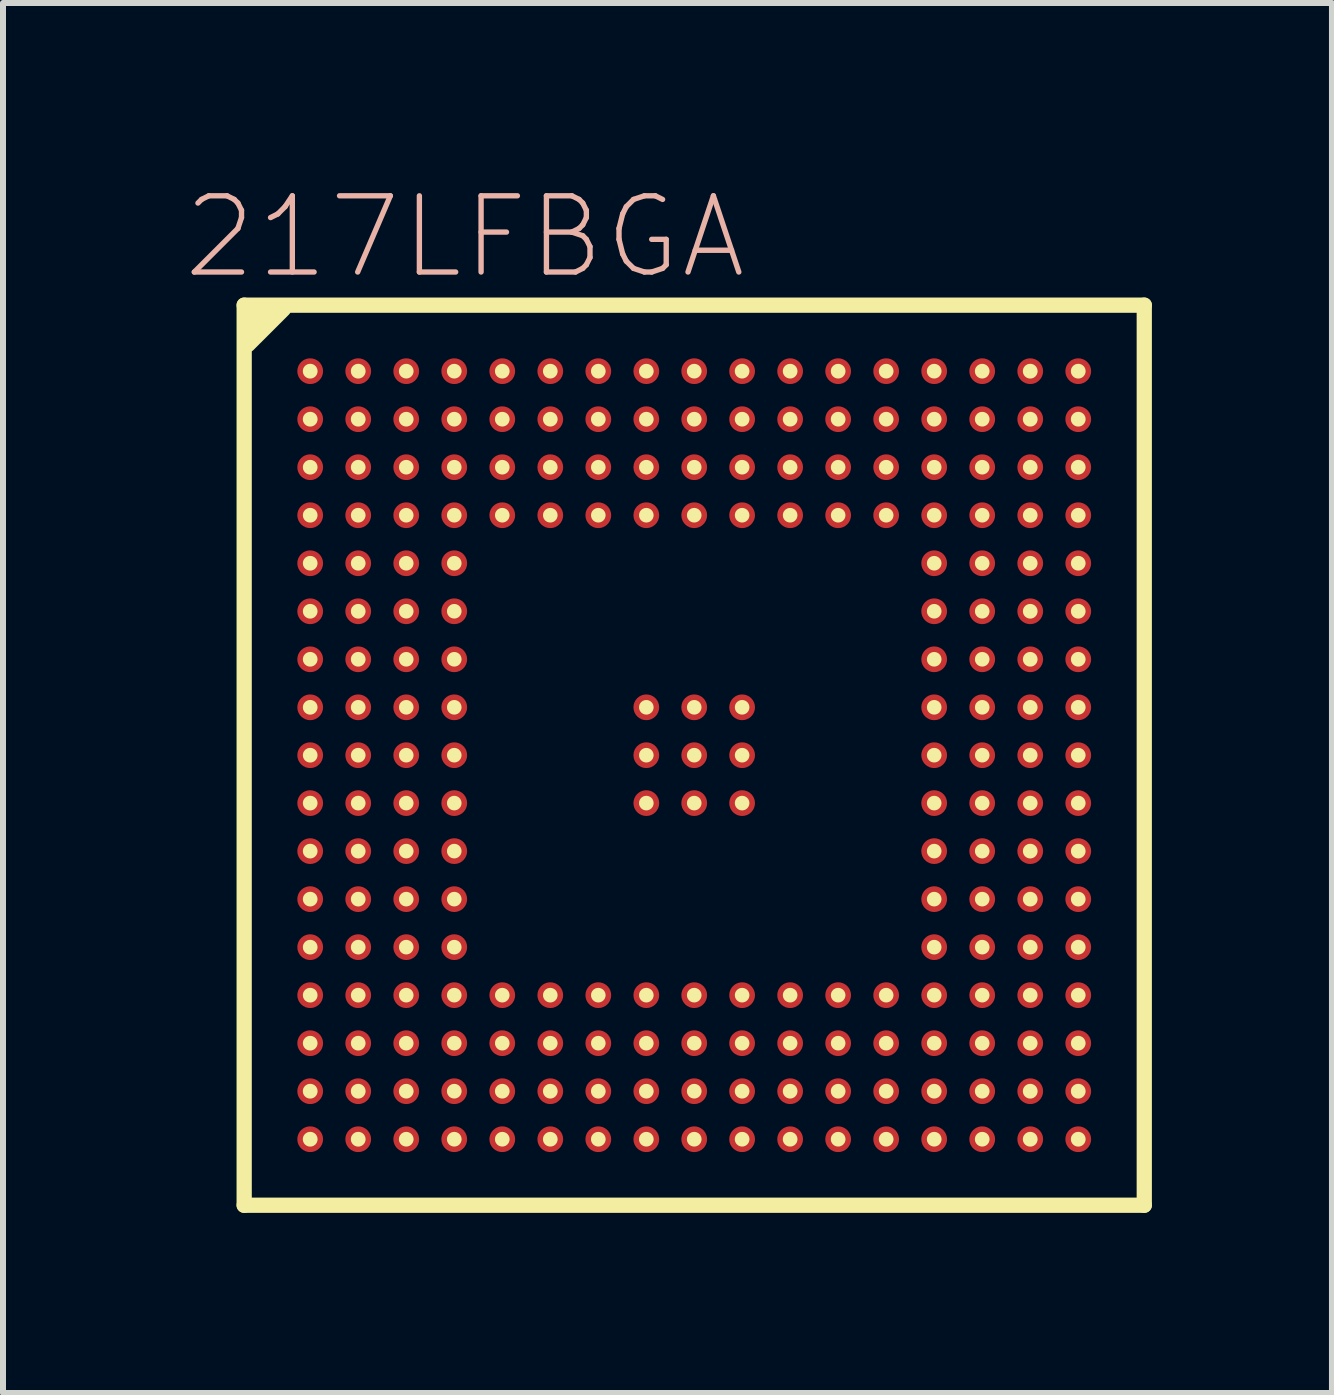
<source format=kicad_pcb>
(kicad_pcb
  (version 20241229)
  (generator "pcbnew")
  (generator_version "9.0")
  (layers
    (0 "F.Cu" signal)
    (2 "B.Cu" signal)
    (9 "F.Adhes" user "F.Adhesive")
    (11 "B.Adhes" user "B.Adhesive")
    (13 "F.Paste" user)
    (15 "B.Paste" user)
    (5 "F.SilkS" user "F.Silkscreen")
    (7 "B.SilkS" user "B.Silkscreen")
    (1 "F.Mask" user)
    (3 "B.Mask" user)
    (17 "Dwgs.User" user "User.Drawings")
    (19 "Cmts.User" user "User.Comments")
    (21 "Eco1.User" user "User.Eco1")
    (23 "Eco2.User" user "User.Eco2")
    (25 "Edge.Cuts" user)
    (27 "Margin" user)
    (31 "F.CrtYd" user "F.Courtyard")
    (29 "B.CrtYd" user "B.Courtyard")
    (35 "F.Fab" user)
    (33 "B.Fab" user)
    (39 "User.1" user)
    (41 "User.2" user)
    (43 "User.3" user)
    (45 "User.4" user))
  (footprint "217LFBGA"
    (layer "F.Cu")
    (at 8.516 9.532)
    (property "Reference" "217LFBGA" (at -3.823 -8.633 0) (layer "B.SilkS") (effects (font (size 1.27 1.27) (thickness 0.089))))
    (attr smd)
    (fp_line (start -7.5 -7.2) (end -7.2 -7.5) (stroke (width 0.15) (type solid)) (layer "F.SilkS"))
    (fp_line (start -7.5 -7) (end -7 -7.5) (stroke (width 0.2) (type solid)) (layer "F.SilkS"))
    (fp_line (start -7.498 -7.498) (end 7.498 -7.498) (stroke (width 0.254) (type solid)) (layer "F.SilkS"))
    (fp_line (start -7.498 7.498) (end -7.498 -7.498) (stroke (width 0.254) (type solid)) (layer "F.SilkS"))
    (fp_line (start -7.4 -6.9) (end -6.9 -7.4) (stroke (width 0.15) (type solid)) (layer "F.SilkS"))
    (fp_line (start -7.4 -6.8) (end -6.8 -7.4) (stroke (width 0.15) (type solid)) (layer "F.SilkS"))
    (fp_line (start 7.498 -7.498) (end 7.498 7.498) (stroke (width 0.254) (type solid)) (layer "F.SilkS"))
    (fp_line (start 7.498 7.498) (end -7.498 7.498) (stroke (width 0.254) (type solid)) (layer "F.SilkS"))
    (fp_circle (center -6.398 -6.398) (end -6.485 -6.485) (stroke (width 0) (type solid)) (fill yes) (layer "F.SilkS"))
    (fp_circle (center -6.398 -5.598) (end -6.485 -5.685) (stroke (width 0) (type solid)) (fill yes) (layer "F.SilkS"))
    (fp_circle (center -6.398 -4.798) (end -6.485 -4.884) (stroke (width 0) (type solid)) (fill yes) (layer "F.SilkS"))
    (fp_circle (center -6.398 -3.998) (end -6.485 -4.084) (stroke (width 0) (type solid)) (fill yes) (layer "F.SilkS"))
    (fp_circle (center -6.398 -3.198) (end -6.485 -3.284) (stroke (width 0) (type solid)) (fill yes) (layer "F.SilkS"))
    (fp_circle (center -6.398 -2.398) (end -6.485 -2.484) (stroke (width 0) (type solid)) (fill yes) (layer "F.SilkS"))
    (fp_circle (center -6.398 -1.598) (end -6.485 -1.684) (stroke (width 0) (type solid)) (fill yes) (layer "F.SilkS"))
    (fp_circle (center -6.398 -0.798) (end -6.485 -0.884) (stroke (width 0) (type solid)) (fill yes) (layer "F.SilkS"))
    (fp_circle (center -6.398 0) (end -6.485 0.086) (stroke (width 0) (type solid)) (fill yes) (layer "F.SilkS"))
    (fp_circle (center -6.398 0.798) (end -6.485 0.884) (stroke (width 0) (type solid)) (fill yes) (layer "F.SilkS"))
    (fp_circle (center -6.398 1.598) (end -6.485 1.684) (stroke (width 0) (type solid)) (fill yes) (layer "F.SilkS"))
    (fp_circle (center -6.398 2.398) (end -6.485 2.484) (stroke (width 0) (type solid)) (fill yes) (layer "F.SilkS"))
    (fp_circle (center -6.398 3.198) (end -6.485 3.284) (stroke (width 0) (type solid)) (fill yes) (layer "F.SilkS"))
    (fp_circle (center -6.398 3.998) (end -6.485 4.084) (stroke (width 0) (type solid)) (fill yes) (layer "F.SilkS"))
    (fp_circle (center -6.398 4.798) (end -6.485 4.884) (stroke (width 0) (type solid)) (fill yes) (layer "F.SilkS"))
    (fp_circle (center -6.398 5.598) (end -6.485 5.685) (stroke (width 0) (type solid)) (fill yes) (layer "F.SilkS"))
    (fp_circle (center -6.398 6.398) (end -6.485 6.485) (stroke (width 0) (type solid)) (fill yes) (layer "F.SilkS"))
    (fp_circle (center -5.598 -6.398) (end -5.685 -6.485) (stroke (width 0) (type solid)) (fill yes) (layer "F.SilkS"))
    (fp_circle (center -5.598 -5.598) (end -5.685 -5.685) (stroke (width 0) (type solid)) (fill yes) (layer "F.SilkS"))
    (fp_circle (center -5.598 -4.798) (end -5.685 -4.884) (stroke (width 0) (type solid)) (fill yes) (layer "F.SilkS"))
    (fp_circle (center -5.598 -3.998) (end -5.685 -4.084) (stroke (width 0) (type solid)) (fill yes) (layer "F.SilkS"))
    (fp_circle (center -5.598 -3.198) (end -5.685 -3.284) (stroke (width 0) (type solid)) (fill yes) (layer "F.SilkS"))
    (fp_circle (center -5.598 -2.398) (end -5.685 -2.484) (stroke (width 0) (type solid)) (fill yes) (layer "F.SilkS"))
    (fp_circle (center -5.598 -1.598) (end -5.685 -1.684) (stroke (width 0) (type solid)) (fill yes) (layer "F.SilkS"))
    (fp_circle (center -5.598 -0.798) (end -5.685 -0.884) (stroke (width 0) (type solid)) (fill yes) (layer "F.SilkS"))
    (fp_circle (center -5.598 0) (end -5.685 0.086) (stroke (width 0) (type solid)) (fill yes) (layer "F.SilkS"))
    (fp_circle (center -5.598 0.798) (end -5.685 0.884) (stroke (width 0) (type solid)) (fill yes) (layer "F.SilkS"))
    (fp_circle (center -5.598 1.598) (end -5.685 1.684) (stroke (width 0) (type solid)) (fill yes) (layer "F.SilkS"))
    (fp_circle (center -5.598 2.398) (end -5.685 2.484) (stroke (width 0) (type solid)) (fill yes) (layer "F.SilkS"))
    (fp_circle (center -5.598 3.198) (end -5.685 3.284) (stroke (width 0) (type solid)) (fill yes) (layer "F.SilkS"))
    (fp_circle (center -5.598 3.998) (end -5.685 4.084) (stroke (width 0) (type solid)) (fill yes) (layer "F.SilkS"))
    (fp_circle (center -5.598 4.798) (end -5.685 4.884) (stroke (width 0) (type solid)) (fill yes) (layer "F.SilkS"))
    (fp_circle (center -5.598 5.598) (end -5.685 5.685) (stroke (width 0) (type solid)) (fill yes) (layer "F.SilkS"))
    (fp_circle (center -5.598 6.398) (end -5.685 6.485) (stroke (width 0) (type solid)) (fill yes) (layer "F.SilkS"))
    (fp_circle (center -4.798 -6.398) (end -4.884 -6.485) (stroke (width 0) (type solid)) (fill yes) (layer "F.SilkS"))
    (fp_circle (center -4.798 -5.598) (end -4.884 -5.685) (stroke (width 0) (type solid)) (fill yes) (layer "F.SilkS"))
    (fp_circle (center -4.798 -4.798) (end -4.884 -4.884) (stroke (width 0) (type solid)) (fill yes) (layer "F.SilkS"))
    (fp_circle (center -4.798 -3.998) (end -4.884 -4.084) (stroke (width 0) (type solid)) (fill yes) (layer "F.SilkS"))
    (fp_circle (center -4.798 -3.198) (end -4.884 -3.284) (stroke (width 0) (type solid)) (fill yes) (layer "F.SilkS"))
    (fp_circle (center -4.798 -2.398) (end -4.884 -2.484) (stroke (width 0) (type solid)) (fill yes) (layer "F.SilkS"))
    (fp_circle (center -4.798 -1.598) (end -4.884 -1.684) (stroke (width 0) (type solid)) (fill yes) (layer "F.SilkS"))
    (fp_circle (center -4.798 -0.798) (end -4.884 -0.884) (stroke (width 0) (type solid)) (fill yes) (layer "F.SilkS"))
    (fp_circle (center -4.798 0) (end -4.884 0.086) (stroke (width 0) (type solid)) (fill yes) (layer "F.SilkS"))
    (fp_circle (center -4.798 0.798) (end -4.884 0.884) (stroke (width 0) (type solid)) (fill yes) (layer "F.SilkS"))
    (fp_circle (center -4.798 1.598) (end -4.884 1.684) (stroke (width 0) (type solid)) (fill yes) (layer "F.SilkS"))
    (fp_circle (center -4.798 2.398) (end -4.884 2.484) (stroke (width 0) (type solid)) (fill yes) (layer "F.SilkS"))
    (fp_circle (center -4.798 3.198) (end -4.884 3.284) (stroke (width 0) (type solid)) (fill yes) (layer "F.SilkS"))
    (fp_circle (center -4.798 3.998) (end -4.884 4.084) (stroke (width 0) (type solid)) (fill yes) (layer "F.SilkS"))
    (fp_circle (center -4.798 4.798) (end -4.884 4.884) (stroke (width 0) (type solid)) (fill yes) (layer "F.SilkS"))
    (fp_circle (center -4.798 5.598) (end -4.884 5.685) (stroke (width 0) (type solid)) (fill yes) (layer "F.SilkS"))
    (fp_circle (center -4.798 6.398) (end -4.884 6.485) (stroke (width 0) (type solid)) (fill yes) (layer "F.SilkS"))
    (fp_circle (center -3.998 -6.398) (end -4.084 -6.485) (stroke (width 0) (type solid)) (fill yes) (layer "F.SilkS"))
    (fp_circle (center -3.998 -5.598) (end -4.084 -5.685) (stroke (width 0) (type solid)) (fill yes) (layer "F.SilkS"))
    (fp_circle (center -3.998 -4.798) (end -4.084 -4.884) (stroke (width 0) (type solid)) (fill yes) (layer "F.SilkS"))
    (fp_circle (center -3.998 -3.998) (end -4.084 -4.084) (stroke (width 0) (type solid)) (fill yes) (layer "F.SilkS"))
    (fp_circle (center -3.998 -3.198) (end -4.084 -3.284) (stroke (width 0) (type solid)) (fill yes) (layer "F.SilkS"))
    (fp_circle (center -3.998 -2.398) (end -4.084 -2.484) (stroke (width 0) (type solid)) (fill yes) (layer "F.SilkS"))
    (fp_circle (center -3.998 -1.598) (end -4.084 -1.684) (stroke (width 0) (type solid)) (fill yes) (layer "F.SilkS"))
    (fp_circle (center -3.998 -0.798) (end -4.084 -0.884) (stroke (width 0) (type solid)) (fill yes) (layer "F.SilkS"))
    (fp_circle (center -3.998 0) (end -4.084 0.086) (stroke (width 0) (type solid)) (fill yes) (layer "F.SilkS"))
    (fp_circle (center -3.998 0.798) (end -4.084 0.884) (stroke (width 0) (type solid)) (fill yes) (layer "F.SilkS"))
    (fp_circle (center -3.998 1.598) (end -4.084 1.684) (stroke (width 0) (type solid)) (fill yes) (layer "F.SilkS"))
    (fp_circle (center -3.998 2.398) (end -4.084 2.484) (stroke (width 0) (type solid)) (fill yes) (layer "F.SilkS"))
    (fp_circle (center -3.998 3.198) (end -4.084 3.284) (stroke (width 0) (type solid)) (fill yes) (layer "F.SilkS"))
    (fp_circle (center -3.998 3.998) (end -4.084 4.084) (stroke (width 0) (type solid)) (fill yes) (layer "F.SilkS"))
    (fp_circle (center -3.998 4.798) (end -4.084 4.884) (stroke (width 0) (type solid)) (fill yes) (layer "F.SilkS"))
    (fp_circle (center -3.998 5.598) (end -4.084 5.685) (stroke (width 0) (type solid)) (fill yes) (layer "F.SilkS"))
    (fp_circle (center -3.998 6.398) (end -4.084 6.485) (stroke (width 0) (type solid)) (fill yes) (layer "F.SilkS"))
    (fp_circle (center -3.198 -6.398) (end -3.284 -6.485) (stroke (width 0) (type solid)) (fill yes) (layer "F.SilkS"))
    (fp_circle (center -3.198 -5.598) (end -3.284 -5.685) (stroke (width 0) (type solid)) (fill yes) (layer "F.SilkS"))
    (fp_circle (center -3.198 -4.798) (end -3.284 -4.884) (stroke (width 0) (type solid)) (fill yes) (layer "F.SilkS"))
    (fp_circle (center -3.198 -3.998) (end -3.284 -4.084) (stroke (width 0) (type solid)) (fill yes) (layer "F.SilkS"))
    (fp_circle (center -3.198 3.998) (end -3.284 4.084) (stroke (width 0) (type solid)) (fill yes) (layer "F.SilkS"))
    (fp_circle (center -3.198 4.798) (end -3.284 4.884) (stroke (width 0) (type solid)) (fill yes) (layer "F.SilkS"))
    (fp_circle (center -3.198 5.598) (end -3.284 5.685) (stroke (width 0) (type solid)) (fill yes) (layer "F.SilkS"))
    (fp_circle (center -3.198 6.398) (end -3.284 6.485) (stroke (width 0) (type solid)) (fill yes) (layer "F.SilkS"))
    (fp_circle (center -2.398 -6.398) (end -2.484 -6.485) (stroke (width 0) (type solid)) (fill yes) (layer "F.SilkS"))
    (fp_circle (center -2.398 -5.598) (end -2.484 -5.685) (stroke (width 0) (type solid)) (fill yes) (layer "F.SilkS"))
    (fp_circle (center -2.398 -4.798) (end -2.484 -4.884) (stroke (width 0) (type solid)) (fill yes) (layer "F.SilkS"))
    (fp_circle (center -2.398 -3.998) (end -2.484 -4.084) (stroke (width 0) (type solid)) (fill yes) (layer "F.SilkS"))
    (fp_circle (center -2.398 3.998) (end -2.484 4.084) (stroke (width 0) (type solid)) (fill yes) (layer "F.SilkS"))
    (fp_circle (center -2.398 4.798) (end -2.484 4.884) (stroke (width 0) (type solid)) (fill yes) (layer "F.SilkS"))
    (fp_circle (center -2.398 5.598) (end -2.484 5.685) (stroke (width 0) (type solid)) (fill yes) (layer "F.SilkS"))
    (fp_circle (center -2.398 6.398) (end -2.484 6.485) (stroke (width 0) (type solid)) (fill yes) (layer "F.SilkS"))
    (fp_circle (center -1.598 -6.398) (end -1.684 -6.485) (stroke (width 0) (type solid)) (fill yes) (layer "F.SilkS"))
    (fp_circle (center -1.598 -5.598) (end -1.684 -5.685) (stroke (width 0) (type solid)) (fill yes) (layer "F.SilkS"))
    (fp_circle (center -1.598 -4.798) (end -1.684 -4.884) (stroke (width 0) (type solid)) (fill yes) (layer "F.SilkS"))
    (fp_circle (center -1.598 -3.998) (end -1.684 -4.084) (stroke (width 0) (type solid)) (fill yes) (layer "F.SilkS"))
    (fp_circle (center -1.598 3.998) (end -1.684 4.084) (stroke (width 0) (type solid)) (fill yes) (layer "F.SilkS"))
    (fp_circle (center -1.598 4.798) (end -1.684 4.884) (stroke (width 0) (type solid)) (fill yes) (layer "F.SilkS"))
    (fp_circle (center -1.598 5.598) (end -1.684 5.685) (stroke (width 0) (type solid)) (fill yes) (layer "F.SilkS"))
    (fp_circle (center -1.598 6.398) (end -1.684 6.485) (stroke (width 0) (type solid)) (fill yes) (layer "F.SilkS"))
    (fp_circle (center -0.798 -6.398) (end -0.884 -6.485) (stroke (width 0) (type solid)) (fill yes) (layer "F.SilkS"))
    (fp_circle (center -0.798 -5.598) (end -0.884 -5.685) (stroke (width 0) (type solid)) (fill yes) (layer "F.SilkS"))
    (fp_circle (center -0.798 -4.798) (end -0.884 -4.884) (stroke (width 0) (type solid)) (fill yes) (layer "F.SilkS"))
    (fp_circle (center -0.798 -3.998) (end -0.884 -4.084) (stroke (width 0) (type solid)) (fill yes) (layer "F.SilkS"))
    (fp_circle (center -0.798 -0.798) (end -0.884 -0.884) (stroke (width 0) (type solid)) (fill yes) (layer "F.SilkS"))
    (fp_circle (center -0.798 0) (end -0.884 0.086) (stroke (width 0) (type solid)) (fill yes) (layer "F.SilkS"))
    (fp_circle (center -0.798 0.798) (end -0.884 0.884) (stroke (width 0) (type solid)) (fill yes) (layer "F.SilkS"))
    (fp_circle (center -0.798 3.998) (end -0.884 4.084) (stroke (width 0) (type solid)) (fill yes) (layer "F.SilkS"))
    (fp_circle (center -0.798 4.798) (end -0.884 4.884) (stroke (width 0) (type solid)) (fill yes) (layer "F.SilkS"))
    (fp_circle (center -0.798 5.598) (end -0.884 5.685) (stroke (width 0) (type solid)) (fill yes) (layer "F.SilkS"))
    (fp_circle (center -0.798 6.398) (end -0.884 6.485) (stroke (width 0) (type solid)) (fill yes) (layer "F.SilkS"))
    (fp_circle (center 0 -6.398) (end -0.086 -6.485) (stroke (width 0) (type solid)) (fill yes) (layer "F.SilkS"))
    (fp_circle (center 0 -5.598) (end -0.086 -5.685) (stroke (width 0) (type solid)) (fill yes) (layer "F.SilkS"))
    (fp_circle (center 0 -4.798) (end -0.086 -4.884) (stroke (width 0) (type solid)) (fill yes) (layer "F.SilkS"))
    (fp_circle (center 0 -3.998) (end -0.086 -4.084) (stroke (width 0) (type solid)) (fill yes) (layer "F.SilkS"))
    (fp_circle (center 0 -0.798) (end -0.086 -0.884) (stroke (width 0) (type solid)) (fill yes) (layer "F.SilkS"))
    (fp_circle (center 0 0) (end -0.086 0.086) (stroke (width 0) (type solid)) (fill yes) (layer "F.SilkS"))
    (fp_circle (center 0 0.798) (end -0.086 0.884) (stroke (width 0) (type solid)) (fill yes) (layer "F.SilkS"))
    (fp_circle (center 0 3.998) (end -0.086 4.084) (stroke (width 0) (type solid)) (fill yes) (layer "F.SilkS"))
    (fp_circle (center 0 4.798) (end -0.086 4.884) (stroke (width 0) (type solid)) (fill yes) (layer "F.SilkS"))
    (fp_circle (center 0 5.598) (end -0.086 5.685) (stroke (width 0) (type solid)) (fill yes) (layer "F.SilkS"))
    (fp_circle (center 0 6.398) (end -0.086 6.485) (stroke (width 0) (type solid)) (fill yes) (layer "F.SilkS"))
    (fp_circle (center 0.798 -6.398) (end 0.884 -6.485) (stroke (width 0) (type solid)) (fill yes) (layer "F.SilkS"))
    (fp_circle (center 0.798 -5.598) (end 0.884 -5.685) (stroke (width 0) (type solid)) (fill yes) (layer "F.SilkS"))
    (fp_circle (center 0.798 -4.798) (end 0.884 -4.884) (stroke (width 0) (type solid)) (fill yes) (layer "F.SilkS"))
    (fp_circle (center 0.798 -3.998) (end 0.884 -4.084) (stroke (width 0) (type solid)) (fill yes) (layer "F.SilkS"))
    (fp_circle (center 0.798 -0.798) (end 0.884 -0.884) (stroke (width 0) (type solid)) (fill yes) (layer "F.SilkS"))
    (fp_circle (center 0.798 0) (end 0.884 0.086) (stroke (width 0) (type solid)) (fill yes) (layer "F.SilkS"))
    (fp_circle (center 0.798 0.798) (end 0.884 0.884) (stroke (width 0) (type solid)) (fill yes) (layer "F.SilkS"))
    (fp_circle (center 0.798 3.998) (end 0.884 4.084) (stroke (width 0) (type solid)) (fill yes) (layer "F.SilkS"))
    (fp_circle (center 0.798 4.798) (end 0.884 4.884) (stroke (width 0) (type solid)) (fill yes) (layer "F.SilkS"))
    (fp_circle (center 0.798 5.598) (end 0.884 5.685) (stroke (width 0) (type solid)) (fill yes) (layer "F.SilkS"))
    (fp_circle (center 0.798 6.398) (end 0.884 6.485) (stroke (width 0) (type solid)) (fill yes) (layer "F.SilkS"))
    (fp_circle (center 1.598 -6.398) (end 1.684 -6.485) (stroke (width 0) (type solid)) (fill yes) (layer "F.SilkS"))
    (fp_circle (center 1.598 -5.598) (end 1.684 -5.685) (stroke (width 0) (type solid)) (fill yes) (layer "F.SilkS"))
    (fp_circle (center 1.598 -4.798) (end 1.684 -4.884) (stroke (width 0) (type solid)) (fill yes) (layer "F.SilkS"))
    (fp_circle (center 1.598 -3.998) (end 1.684 -4.084) (stroke (width 0) (type solid)) (fill yes) (layer "F.SilkS"))
    (fp_circle (center 1.598 3.998) (end 1.684 4.084) (stroke (width 0) (type solid)) (fill yes) (layer "F.SilkS"))
    (fp_circle (center 1.598 4.798) (end 1.684 4.884) (stroke (width 0) (type solid)) (fill yes) (layer "F.SilkS"))
    (fp_circle (center 1.598 5.598) (end 1.684 5.685) (stroke (width 0) (type solid)) (fill yes) (layer "F.SilkS"))
    (fp_circle (center 1.598 6.398) (end 1.684 6.485) (stroke (width 0) (type solid)) (fill yes) (layer "F.SilkS"))
    (fp_circle (center 2.398 -6.398) (end 2.484 -6.485) (stroke (width 0) (type solid)) (fill yes) (layer "F.SilkS"))
    (fp_circle (center 2.398 -5.598) (end 2.484 -5.685) (stroke (width 0) (type solid)) (fill yes) (layer "F.SilkS"))
    (fp_circle (center 2.398 -4.798) (end 2.484 -4.884) (stroke (width 0) (type solid)) (fill yes) (layer "F.SilkS"))
    (fp_circle (center 2.398 -3.998) (end 2.484 -4.084) (stroke (width 0) (type solid)) (fill yes) (layer "F.SilkS"))
    (fp_circle (center 2.398 3.998) (end 2.484 4.084) (stroke (width 0) (type solid)) (fill yes) (layer "F.SilkS"))
    (fp_circle (center 2.398 4.798) (end 2.484 4.884) (stroke (width 0) (type solid)) (fill yes) (layer "F.SilkS"))
    (fp_circle (center 2.398 5.598) (end 2.484 5.685) (stroke (width 0) (type solid)) (fill yes) (layer "F.SilkS"))
    (fp_circle (center 2.398 6.398) (end 2.484 6.485) (stroke (width 0) (type solid)) (fill yes) (layer "F.SilkS"))
    (fp_circle (center 3.198 -6.398) (end 3.284 -6.485) (stroke (width 0) (type solid)) (fill yes) (layer "F.SilkS"))
    (fp_circle (center 3.198 -5.598) (end 3.284 -5.685) (stroke (width 0) (type solid)) (fill yes) (layer "F.SilkS"))
    (fp_circle (center 3.198 -4.798) (end 3.284 -4.884) (stroke (width 0) (type solid)) (fill yes) (layer "F.SilkS"))
    (fp_circle (center 3.198 -3.998) (end 3.284 -4.084) (stroke (width 0) (type solid)) (fill yes) (layer "F.SilkS"))
    (fp_circle (center 3.198 3.998) (end 3.284 4.084) (stroke (width 0) (type solid)) (fill yes) (layer "F.SilkS"))
    (fp_circle (center 3.198 4.798) (end 3.284 4.884) (stroke (width 0) (type solid)) (fill yes) (layer "F.SilkS"))
    (fp_circle (center 3.198 5.598) (end 3.284 5.685) (stroke (width 0) (type solid)) (fill yes) (layer "F.SilkS"))
    (fp_circle (center 3.198 6.398) (end 3.284 6.485) (stroke (width 0) (type solid)) (fill yes) (layer "F.SilkS"))
    (fp_circle (center 3.998 -6.398) (end 4.084 -6.485) (stroke (width 0) (type solid)) (fill yes) (layer "F.SilkS"))
    (fp_circle (center 3.998 -5.598) (end 4.084 -5.685) (stroke (width 0) (type solid)) (fill yes) (layer "F.SilkS"))
    (fp_circle (center 3.998 -4.798) (end 4.084 -4.884) (stroke (width 0) (type solid)) (fill yes) (layer "F.SilkS"))
    (fp_circle (center 3.998 -3.998) (end 4.084 -4.084) (stroke (width 0) (type solid)) (fill yes) (layer "F.SilkS"))
    (fp_circle (center 3.998 -3.198) (end 4.084 -3.284) (stroke (width 0) (type solid)) (fill yes) (layer "F.SilkS"))
    (fp_circle (center 3.998 -2.398) (end 4.084 -2.484) (stroke (width 0) (type solid)) (fill yes) (layer "F.SilkS"))
    (fp_circle (center 3.998 -1.598) (end 4.084 -1.684) (stroke (width 0) (type solid)) (fill yes) (layer "F.SilkS"))
    (fp_circle (center 3.998 -0.798) (end 4.084 -0.884) (stroke (width 0) (type solid)) (fill yes) (layer "F.SilkS"))
    (fp_circle (center 3.998 0) (end 4.084 0.086) (stroke (width 0) (type solid)) (fill yes) (layer "F.SilkS"))
    (fp_circle (center 3.998 0.798) (end 4.084 0.884) (stroke (width 0) (type solid)) (fill yes) (layer "F.SilkS"))
    (fp_circle (center 3.998 1.598) (end 4.084 1.684) (stroke (width 0) (type solid)) (fill yes) (layer "F.SilkS"))
    (fp_circle (center 3.998 2.398) (end 4.084 2.484) (stroke (width 0) (type solid)) (fill yes) (layer "F.SilkS"))
    (fp_circle (center 3.998 3.198) (end 4.084 3.284) (stroke (width 0) (type solid)) (fill yes) (layer "F.SilkS"))
    (fp_circle (center 3.998 3.998) (end 4.084 4.084) (stroke (width 0) (type solid)) (fill yes) (layer "F.SilkS"))
    (fp_circle (center 3.998 4.798) (end 4.084 4.884) (stroke (width 0) (type solid)) (fill yes) (layer "F.SilkS"))
    (fp_circle (center 3.998 5.598) (end 4.084 5.685) (stroke (width 0) (type solid)) (fill yes) (layer "F.SilkS"))
    (fp_circle (center 3.998 6.398) (end 4.084 6.485) (stroke (width 0) (type solid)) (fill yes) (layer "F.SilkS"))
    (fp_circle (center 4.798 -6.398) (end 4.884 -6.485) (stroke (width 0) (type solid)) (fill yes) (layer "F.SilkS"))
    (fp_circle (center 4.798 -5.598) (end 4.884 -5.685) (stroke (width 0) (type solid)) (fill yes) (layer "F.SilkS"))
    (fp_circle (center 4.798 -4.798) (end 4.884 -4.884) (stroke (width 0) (type solid)) (fill yes) (layer "F.SilkS"))
    (fp_circle (center 4.798 -3.998) (end 4.884 -4.084) (stroke (width 0) (type solid)) (fill yes) (layer "F.SilkS"))
    (fp_circle (center 4.798 -3.198) (end 4.884 -3.284) (stroke (width 0) (type solid)) (fill yes) (layer "F.SilkS"))
    (fp_circle (center 4.798 -2.398) (end 4.884 -2.484) (stroke (width 0) (type solid)) (fill yes) (layer "F.SilkS"))
    (fp_circle (center 4.798 -1.598) (end 4.884 -1.684) (stroke (width 0) (type solid)) (fill yes) (layer "F.SilkS"))
    (fp_circle (center 4.798 -0.798) (end 4.884 -0.884) (stroke (width 0) (type solid)) (fill yes) (layer "F.SilkS"))
    (fp_circle (center 4.798 0) (end 4.884 0.086) (stroke (width 0) (type solid)) (fill yes) (layer "F.SilkS"))
    (fp_circle (center 4.798 0.798) (end 4.884 0.884) (stroke (width 0) (type solid)) (fill yes) (layer "F.SilkS"))
    (fp_circle (center 4.798 1.598) (end 4.884 1.684) (stroke (width 0) (type solid)) (fill yes) (layer "F.SilkS"))
    (fp_circle (center 4.798 2.398) (end 4.884 2.484) (stroke (width 0) (type solid)) (fill yes) (layer "F.SilkS"))
    (fp_circle (center 4.798 3.198) (end 4.884 3.284) (stroke (width 0) (type solid)) (fill yes) (layer "F.SilkS"))
    (fp_circle (center 4.798 3.998) (end 4.884 4.084) (stroke (width 0) (type solid)) (fill yes) (layer "F.SilkS"))
    (fp_circle (center 4.798 4.798) (end 4.884 4.884) (stroke (width 0) (type solid)) (fill yes) (layer "F.SilkS"))
    (fp_circle (center 4.798 5.598) (end 4.884 5.685) (stroke (width 0) (type solid)) (fill yes) (layer "F.SilkS"))
    (fp_circle (center 4.798 6.398) (end 4.884 6.485) (stroke (width 0) (type solid)) (fill yes) (layer "F.SilkS"))
    (fp_circle (center 5.598 -6.398) (end 5.685 -6.485) (stroke (width 0) (type solid)) (fill yes) (layer "F.SilkS"))
    (fp_circle (center 5.598 -5.598) (end 5.685 -5.685) (stroke (width 0) (type solid)) (fill yes) (layer "F.SilkS"))
    (fp_circle (center 5.598 -4.798) (end 5.685 -4.884) (stroke (width 0) (type solid)) (fill yes) (layer "F.SilkS"))
    (fp_circle (center 5.598 -3.998) (end 5.685 -4.084) (stroke (width 0) (type solid)) (fill yes) (layer "F.SilkS"))
    (fp_circle (center 5.598 -3.198) (end 5.685 -3.284) (stroke (width 0) (type solid)) (fill yes) (layer "F.SilkS"))
    (fp_circle (center 5.598 -2.398) (end 5.685 -2.484) (stroke (width 0) (type solid)) (fill yes) (layer "F.SilkS"))
    (fp_circle (center 5.598 -1.598) (end 5.685 -1.684) (stroke (width 0) (type solid)) (fill yes) (layer "F.SilkS"))
    (fp_circle (center 5.598 -0.798) (end 5.685 -0.884) (stroke (width 0) (type solid)) (fill yes) (layer "F.SilkS"))
    (fp_circle (center 5.598 0) (end 5.685 0.086) (stroke (width 0) (type solid)) (fill yes) (layer "F.SilkS"))
    (fp_circle (center 5.598 0.798) (end 5.685 0.884) (stroke (width 0) (type solid)) (fill yes) (layer "F.SilkS"))
    (fp_circle (center 5.598 1.598) (end 5.685 1.684) (stroke (width 0) (type solid)) (fill yes) (layer "F.SilkS"))
    (fp_circle (center 5.598 2.398) (end 5.685 2.484) (stroke (width 0) (type solid)) (fill yes) (layer "F.SilkS"))
    (fp_circle (center 5.598 3.198) (end 5.685 3.284) (stroke (width 0) (type solid)) (fill yes) (layer "F.SilkS"))
    (fp_circle (center 5.598 3.998) (end 5.685 4.084) (stroke (width 0) (type solid)) (fill yes) (layer "F.SilkS"))
    (fp_circle (center 5.598 4.798) (end 5.685 4.884) (stroke (width 0) (type solid)) (fill yes) (layer "F.SilkS"))
    (fp_circle (center 5.598 5.598) (end 5.685 5.685) (stroke (width 0) (type solid)) (fill yes) (layer "F.SilkS"))
    (fp_circle (center 5.598 6.398) (end 5.685 6.485) (stroke (width 0) (type solid)) (fill yes) (layer "F.SilkS"))
    (fp_circle (center 6.398 -6.398) (end 6.485 -6.485) (stroke (width 0) (type solid)) (fill yes) (layer "F.SilkS"))
    (fp_circle (center 6.398 -5.598) (end 6.485 -5.685) (stroke (width 0) (type solid)) (fill yes) (layer "F.SilkS"))
    (fp_circle (center 6.398 -4.798) (end 6.485 -4.884) (stroke (width 0) (type solid)) (fill yes) (layer "F.SilkS"))
    (fp_circle (center 6.398 -3.998) (end 6.485 -4.084) (stroke (width 0) (type solid)) (fill yes) (layer "F.SilkS"))
    (fp_circle (center 6.398 -3.198) (end 6.485 -3.284) (stroke (width 0) (type solid)) (fill yes) (layer "F.SilkS"))
    (fp_circle (center 6.398 -2.398) (end 6.485 -2.484) (stroke (width 0) (type solid)) (fill yes) (layer "F.SilkS"))
    (fp_circle (center 6.398 -1.598) (end 6.485 -1.684) (stroke (width 0) (type solid)) (fill yes) (layer "F.SilkS"))
    (fp_circle (center 6.398 -0.798) (end 6.485 -0.884) (stroke (width 0) (type solid)) (fill yes) (layer "F.SilkS"))
    (fp_circle (center 6.398 0) (end 6.485 0.086) (stroke (width 0) (type solid)) (fill yes) (layer "F.SilkS"))
    (fp_circle (center 6.398 0.798) (end 6.485 0.884) (stroke (width 0) (type solid)) (fill yes) (layer "F.SilkS"))
    (fp_circle (center 6.398 1.598) (end 6.485 1.684) (stroke (width 0) (type solid)) (fill yes) (layer "F.SilkS"))
    (fp_circle (center 6.398 2.398) (end 6.485 2.484) (stroke (width 0) (type solid)) (fill yes) (layer "F.SilkS"))
    (fp_circle (center 6.398 3.198) (end 6.485 3.284) (stroke (width 0) (type solid)) (fill yes) (layer "F.SilkS"))
    (fp_circle (center 6.398 3.998) (end 6.485 4.084) (stroke (width 0) (type solid)) (fill yes) (layer "F.SilkS"))
    (fp_circle (center 6.398 4.798) (end 6.485 4.884) (stroke (width 0) (type solid)) (fill yes) (layer "F.SilkS"))
    (fp_circle (center 6.398 5.598) (end 6.485 5.685) (stroke (width 0) (type solid)) (fill yes) (layer "F.SilkS"))
    (fp_circle (center 6.398 6.398) (end 6.485 6.485) (stroke (width 0) (type solid)) (fill yes) (layer "F.SilkS"))
    (pad "A1" smd circle (at -6.398 -6.398) (size 0.429 0.429) (layers "F.Cu" "F.Mask" "F.Paste"))
    (pad "A2" smd circle (at -5.598 -6.398) (size 0.429 0.429) (layers "F.Cu" "F.Mask" "F.Paste"))
    (pad "A3" smd circle (at -4.798 -6.398) (size 0.429 0.429) (layers "F.Cu" "F.Mask" "F.Paste"))
    (pad "A4" smd circle (at -3.998 -6.398) (size 0.429 0.429) (layers "F.Cu" "F.Mask" "F.Paste"))
    (pad "A5" smd circle (at -3.198 -6.398) (size 0.429 0.429) (layers "F.Cu" "F.Mask" "F.Paste"))
    (pad "A6" smd circle (at -2.398 -6.398) (size 0.429 0.429) (layers "F.Cu" "F.Mask" "F.Paste"))
    (pad "A7" smd circle (at -1.598 -6.398) (size 0.429 0.429) (layers "F.Cu" "F.Mask" "F.Paste"))
    (pad "A8" smd circle (at -0.798 -6.398) (size 0.429 0.429) (layers "F.Cu" "F.Mask" "F.Paste"))
    (pad "A9" smd circle (at 0 -6.398) (size 0.429 0.429) (layers "F.Cu" "F.Mask" "F.Paste"))
    (pad "A10" smd circle (at 0.798 -6.398) (size 0.429 0.429) (layers "F.Cu" "F.Mask" "F.Paste"))
    (pad "A11" smd circle (at 1.598 -6.398) (size 0.429 0.429) (layers "F.Cu" "F.Mask" "F.Paste"))
    (pad "A12" smd circle (at 2.398 -6.398) (size 0.429 0.429) (layers "F.Cu" "F.Mask" "F.Paste"))
    (pad "A13" smd circle (at 3.198 -6.398) (size 0.429 0.429) (layers "F.Cu" "F.Mask" "F.Paste"))
    (pad "A14" smd circle (at 3.998 -6.398) (size 0.429 0.429) (layers "F.Cu" "F.Mask" "F.Paste"))
    (pad "A15" smd circle (at 4.798 -6.398) (size 0.429 0.429) (layers "F.Cu" "F.Mask" "F.Paste"))
    (pad "A16" smd circle (at 5.598 -6.398) (size 0.429 0.429) (layers "F.Cu" "F.Mask" "F.Paste"))
    (pad "A17" smd circle (at 6.398 -6.398) (size 0.429 0.429) (layers "F.Cu" "F.Mask" "F.Paste"))
    (pad "B1" smd circle (at -6.398 -5.598) (size 0.429 0.429) (layers "F.Cu" "F.Mask" "F.Paste"))
    (pad "B2" smd circle (at -5.598 -5.598) (size 0.429 0.429) (layers "F.Cu" "F.Mask" "F.Paste"))
    (pad "B3" smd circle (at -4.798 -5.598) (size 0.429 0.429) (layers "F.Cu" "F.Mask" "F.Paste"))
    (pad "B4" smd circle (at -3.998 -5.598) (size 0.429 0.429) (layers "F.Cu" "F.Mask" "F.Paste"))
    (pad "B5" smd circle (at -3.198 -5.598) (size 0.429 0.429) (layers "F.Cu" "F.Mask" "F.Paste"))
    (pad "B6" smd circle (at -2.398 -5.598) (size 0.429 0.429) (layers "F.Cu" "F.Mask" "F.Paste"))
    (pad "B7" smd circle (at -1.598 -5.598) (size 0.429 0.429) (layers "F.Cu" "F.Mask" "F.Paste"))
    (pad "B8" smd circle (at -0.798 -5.598) (size 0.429 0.429) (layers "F.Cu" "F.Mask" "F.Paste"))
    (pad "B9" smd circle (at 0 -5.598) (size 0.429 0.429) (layers "F.Cu" "F.Mask" "F.Paste"))
    (pad "B10" smd circle (at 0.798 -5.598) (size 0.429 0.429) (layers "F.Cu" "F.Mask" "F.Paste"))
    (pad "B11" smd circle (at 1.598 -5.598) (size 0.429 0.429) (layers "F.Cu" "F.Mask" "F.Paste"))
    (pad "B12" smd circle (at 2.398 -5.598) (size 0.429 0.429) (layers "F.Cu" "F.Mask" "F.Paste"))
    (pad "B13" smd circle (at 3.198 -5.598) (size 0.429 0.429) (layers "F.Cu" "F.Mask" "F.Paste"))
    (pad "B14" smd circle (at 3.998 -5.598) (size 0.429 0.429) (layers "F.Cu" "F.Mask" "F.Paste"))
    (pad "B15" smd circle (at 4.798 -5.598) (size 0.429 0.429) (layers "F.Cu" "F.Mask" "F.Paste"))
    (pad "B16" smd circle (at 5.598 -5.598) (size 0.429 0.429) (layers "F.Cu" "F.Mask" "F.Paste"))
    (pad "B17" smd circle (at 6.398 -5.598) (size 0.429 0.429) (layers "F.Cu" "F.Mask" "F.Paste"))
    (pad "C1" smd circle (at -6.398 -4.798) (size 0.429 0.429) (layers "F.Cu" "F.Mask" "F.Paste"))
    (pad "C2" smd circle (at -5.598 -4.798) (size 0.429 0.429) (layers "F.Cu" "F.Mask" "F.Paste"))
    (pad "C3" smd circle (at -4.798 -4.798) (size 0.429 0.429) (layers "F.Cu" "F.Mask" "F.Paste"))
    (pad "C4" smd circle (at -3.998 -4.798) (size 0.429 0.429) (layers "F.Cu" "F.Mask" "F.Paste"))
    (pad "C5" smd circle (at -3.198 -4.798) (size 0.429 0.429) (layers "F.Cu" "F.Mask" "F.Paste"))
    (pad "C6" smd circle (at -2.398 -4.798) (size 0.429 0.429) (layers "F.Cu" "F.Mask" "F.Paste"))
    (pad "C7" smd circle (at -1.598 -4.798) (size 0.429 0.429) (layers "F.Cu" "F.Mask" "F.Paste"))
    (pad "C8" smd circle (at -0.798 -4.798) (size 0.429 0.429) (layers "F.Cu" "F.Mask" "F.Paste"))
    (pad "C9" smd circle (at 0 -4.798) (size 0.429 0.429) (layers "F.Cu" "F.Mask" "F.Paste"))
    (pad "C10" smd circle (at 0.798 -4.798) (size 0.429 0.429) (layers "F.Cu" "F.Mask" "F.Paste"))
    (pad "C11" smd circle (at 1.598 -4.798) (size 0.429 0.429) (layers "F.Cu" "F.Mask" "F.Paste"))
    (pad "C12" smd circle (at 2.398 -4.798) (size 0.429 0.429) (layers "F.Cu" "F.Mask" "F.Paste"))
    (pad "C13" smd circle (at 3.198 -4.798) (size 0.429 0.429) (layers "F.Cu" "F.Mask" "F.Paste"))
    (pad "C14" smd circle (at 3.998 -4.798) (size 0.429 0.429) (layers "F.Cu" "F.Mask" "F.Paste"))
    (pad "C15" smd circle (at 4.798 -4.798) (size 0.429 0.429) (layers "F.Cu" "F.Mask" "F.Paste"))
    (pad "C16" smd circle (at 5.598 -4.798) (size 0.429 0.429) (layers "F.Cu" "F.Mask" "F.Paste"))
    (pad "C17" smd circle (at 6.398 -4.798) (size 0.429 0.429) (layers "F.Cu" "F.Mask" "F.Paste"))
    (pad "D1" smd circle (at -6.398 -3.998) (size 0.429 0.429) (layers "F.Cu" "F.Mask" "F.Paste"))
    (pad "D2" smd circle (at -5.598 -3.998) (size 0.429 0.429) (layers "F.Cu" "F.Mask" "F.Paste"))
    (pad "D3" smd circle (at -4.798 -3.998) (size 0.429 0.429) (layers "F.Cu" "F.Mask" "F.Paste"))
    (pad "D4" smd circle (at -3.998 -3.998) (size 0.429 0.429) (layers "F.Cu" "F.Mask" "F.Paste"))
    (pad "D5" smd circle (at -3.198 -3.998) (size 0.429 0.429) (layers "F.Cu" "F.Mask" "F.Paste"))
    (pad "D6" smd circle (at -2.398 -3.998) (size 0.429 0.429) (layers "F.Cu" "F.Mask" "F.Paste"))
    (pad "D7" smd circle (at -1.598 -3.998) (size 0.429 0.429) (layers "F.Cu" "F.Mask" "F.Paste"))
    (pad "D8" smd circle (at -0.798 -3.998) (size 0.429 0.429) (layers "F.Cu" "F.Mask" "F.Paste"))
    (pad "D9" smd circle (at 0 -3.998) (size 0.429 0.429) (layers "F.Cu" "F.Mask" "F.Paste"))
    (pad "D10" smd circle (at 0.798 -3.998) (size 0.429 0.429) (layers "F.Cu" "F.Mask" "F.Paste"))
    (pad "D11" smd circle (at 1.598 -3.998) (size 0.429 0.429) (layers "F.Cu" "F.Mask" "F.Paste"))
    (pad "D12" smd circle (at 2.398 -3.998) (size 0.429 0.429) (layers "F.Cu" "F.Mask" "F.Paste"))
    (pad "D13" smd circle (at 3.198 -3.998) (size 0.429 0.429) (layers "F.Cu" "F.Mask" "F.Paste"))
    (pad "D14" smd circle (at 3.998 -3.998) (size 0.429 0.429) (layers "F.Cu" "F.Mask" "F.Paste"))
    (pad "D15" smd circle (at 4.798 -3.998) (size 0.429 0.429) (layers "F.Cu" "F.Mask" "F.Paste"))
    (pad "D16" smd circle (at 5.598 -3.998) (size 0.429 0.429) (layers "F.Cu" "F.Mask" "F.Paste"))
    (pad "D17" smd circle (at 6.398 -3.998) (size 0.429 0.429) (layers "F.Cu" "F.Mask" "F.Paste"))
    (pad "E1" smd circle (at -6.398 -3.198) (size 0.429 0.429) (layers "F.Cu" "F.Mask" "F.Paste"))
    (pad "E2" smd circle (at -5.598 -3.198) (size 0.429 0.429) (layers "F.Cu" "F.Mask" "F.Paste"))
    (pad "E3" smd circle (at -4.798 -3.198) (size 0.429 0.429) (layers "F.Cu" "F.Mask" "F.Paste"))
    (pad "E4" smd circle (at -3.998 -3.198) (size 0.429 0.429) (layers "F.Cu" "F.Mask" "F.Paste"))
    (pad "E14" smd circle (at 3.998 -3.198) (size 0.429 0.429) (layers "F.Cu" "F.Mask" "F.Paste"))
    (pad "E15" smd circle (at 4.798 -3.198) (size 0.429 0.429) (layers "F.Cu" "F.Mask" "F.Paste"))
    (pad "E16" smd circle (at 5.598 -3.198) (size 0.429 0.429) (layers "F.Cu" "F.Mask" "F.Paste"))
    (pad "E17" smd circle (at 6.398 -3.198) (size 0.429 0.429) (layers "F.Cu" "F.Mask" "F.Paste"))
    (pad "F1" smd circle (at -6.398 -2.398) (size 0.429 0.429) (layers "F.Cu" "F.Mask" "F.Paste"))
    (pad "F2" smd circle (at -5.598 -2.398) (size 0.429 0.429) (layers "F.Cu" "F.Mask" "F.Paste"))
    (pad "F3" smd circle (at -4.798 -2.398) (size 0.429 0.429) (layers "F.Cu" "F.Mask" "F.Paste"))
    (pad "F4" smd circle (at -3.998 -2.398) (size 0.429 0.429) (layers "F.Cu" "F.Mask" "F.Paste"))
    (pad "F14" smd circle (at 3.998 -2.398) (size 0.429 0.429) (layers "F.Cu" "F.Mask" "F.Paste"))
    (pad "F15" smd circle (at 4.798 -2.398) (size 0.429 0.429) (layers "F.Cu" "F.Mask" "F.Paste"))
    (pad "F16" smd circle (at 5.598 -2.398) (size 0.429 0.429) (layers "F.Cu" "F.Mask" "F.Paste"))
    (pad "F17" smd circle (at 6.398 -2.398) (size 0.429 0.429) (layers "F.Cu" "F.Mask" "F.Paste"))
    (pad "G1" smd circle (at -6.398 -1.598) (size 0.429 0.429) (layers "F.Cu" "F.Mask" "F.Paste"))
    (pad "G2" smd circle (at -5.598 -1.598) (size 0.429 0.429) (layers "F.Cu" "F.Mask" "F.Paste"))
    (pad "G3" smd circle (at -4.798 -1.598) (size 0.429 0.429) (layers "F.Cu" "F.Mask" "F.Paste"))
    (pad "G4" smd circle (at -3.998 -1.598) (size 0.429 0.429) (layers "F.Cu" "F.Mask" "F.Paste"))
    (pad "G14" smd circle (at 3.998 -1.598) (size 0.429 0.429) (layers "F.Cu" "F.Mask" "F.Paste"))
    (pad "G15" smd circle (at 4.798 -1.598) (size 0.429 0.429) (layers "F.Cu" "F.Mask" "F.Paste"))
    (pad "G16" smd circle (at 5.598 -1.598) (size 0.429 0.429) (layers "F.Cu" "F.Mask" "F.Paste"))
    (pad "G17" smd circle (at 6.398 -1.598) (size 0.429 0.429) (layers "F.Cu" "F.Mask" "F.Paste"))
    (pad "H1" smd circle (at -6.398 -0.798) (size 0.429 0.429) (layers "F.Cu" "F.Mask" "F.Paste"))
    (pad "H2" smd circle (at -5.598 -0.798) (size 0.429 0.429) (layers "F.Cu" "F.Mask" "F.Paste"))
    (pad "H3" smd circle (at -4.798 -0.798) (size 0.429 0.429) (layers "F.Cu" "F.Mask" "F.Paste"))
    (pad "H4" smd circle (at -3.998 -0.798) (size 0.429 0.429) (layers "F.Cu" "F.Mask" "F.Paste"))
    (pad "H8" smd circle (at -0.798 -0.798) (size 0.429 0.429) (layers "F.Cu" "F.Mask" "F.Paste"))
    (pad "H9" smd circle (at 0 -0.798) (size 0.429 0.429) (layers "F.Cu" "F.Mask" "F.Paste"))
    (pad "H10" smd circle (at 0.798 -0.798) (size 0.429 0.429) (layers "F.Cu" "F.Mask" "F.Paste"))
    (pad "H14" smd circle (at 3.998 -0.798) (size 0.429 0.429) (layers "F.Cu" "F.Mask" "F.Paste"))
    (pad "H15" smd circle (at 4.798 -0.798) (size 0.429 0.429) (layers "F.Cu" "F.Mask" "F.Paste"))
    (pad "H16" smd circle (at 5.598 -0.798) (size 0.429 0.429) (layers "F.Cu" "F.Mask" "F.Paste"))
    (pad "H17" smd circle (at 6.398 -0.798) (size 0.429 0.429) (layers "F.Cu" "F.Mask" "F.Paste"))
    (pad "J1" smd circle (at -6.398 0) (size 0.429 0.429) (layers "F.Cu" "F.Mask" "F.Paste"))
    (pad "J2" smd circle (at -5.598 0) (size 0.429 0.429) (layers "F.Cu" "F.Mask" "F.Paste"))
    (pad "J3" smd circle (at -4.798 0) (size 0.429 0.429) (layers "F.Cu" "F.Mask" "F.Paste"))
    (pad "J4" smd circle (at -3.998 0) (size 0.429 0.429) (layers "F.Cu" "F.Mask" "F.Paste"))
    (pad "J8" smd circle (at -0.798 0) (size 0.429 0.429) (layers "F.Cu" "F.Mask" "F.Paste"))
    (pad "J9" smd circle (at 0 0) (size 0.429 0.429) (layers "F.Cu" "F.Mask" "F.Paste"))
    (pad "J10" smd circle (at 0.798 0) (size 0.429 0.429) (layers "F.Cu" "F.Mask" "F.Paste"))
    (pad "J14" smd circle (at 3.998 0) (size 0.429 0.429) (layers "F.Cu" "F.Mask" "F.Paste"))
    (pad "J15" smd circle (at 4.798 0) (size 0.429 0.429) (layers "F.Cu" "F.Mask" "F.Paste"))
    (pad "J16" smd circle (at 5.598 0) (size 0.429 0.429) (layers "F.Cu" "F.Mask" "F.Paste"))
    (pad "J17" smd circle (at 6.398 0) (size 0.429 0.429) (layers "F.Cu" "F.Mask" "F.Paste"))
    (pad "K1" smd circle (at -6.398 0.798) (size 0.429 0.429) (layers "F.Cu" "F.Mask" "F.Paste"))
    (pad "K2" smd circle (at -5.598 0.798) (size 0.429 0.429) (layers "F.Cu" "F.Mask" "F.Paste"))
    (pad "K3" smd circle (at -4.798 0.798) (size 0.429 0.429) (layers "F.Cu" "F.Mask" "F.Paste"))
    (pad "K4" smd circle (at -3.998 0.798) (size 0.429 0.429) (layers "F.Cu" "F.Mask" "F.Paste"))
    (pad "K8" smd circle (at -0.798 0.798) (size 0.429 0.429) (layers "F.Cu" "F.Mask" "F.Paste"))
    (pad "K9" smd circle (at 0 0.798) (size 0.429 0.429) (layers "F.Cu" "F.Mask" "F.Paste"))
    (pad "K10" smd circle (at 0.798 0.798) (size 0.429 0.429) (layers "F.Cu" "F.Mask" "F.Paste"))
    (pad "K14" smd circle (at 3.998 0.798) (size 0.429 0.429) (layers "F.Cu" "F.Mask" "F.Paste"))
    (pad "K15" smd circle (at 4.798 0.798) (size 0.429 0.429) (layers "F.Cu" "F.Mask" "F.Paste"))
    (pad "K16" smd circle (at 5.598 0.798) (size 0.429 0.429) (layers "F.Cu" "F.Mask" "F.Paste"))
    (pad "K17" smd circle (at 6.398 0.798) (size 0.429 0.429) (layers "F.Cu" "F.Mask" "F.Paste"))
    (pad "L1" smd circle (at -6.398 1.598) (size 0.429 0.429) (layers "F.Cu" "F.Mask" "F.Paste"))
    (pad "L2" smd circle (at -5.598 1.598) (size 0.429 0.429) (layers "F.Cu" "F.Mask" "F.Paste"))
    (pad "L3" smd circle (at -4.798 1.598) (size 0.429 0.429) (layers "F.Cu" "F.Mask" "F.Paste"))
    (pad "L4" smd circle (at -3.998 1.598) (size 0.429 0.429) (layers "F.Cu" "F.Mask" "F.Paste"))
    (pad "L14" smd circle (at 3.998 1.598) (size 0.429 0.429) (layers "F.Cu" "F.Mask" "F.Paste"))
    (pad "L15" smd circle (at 4.798 1.598) (size 0.429 0.429) (layers "F.Cu" "F.Mask" "F.Paste"))
    (pad "L16" smd circle (at 5.598 1.598) (size 0.429 0.429) (layers "F.Cu" "F.Mask" "F.Paste"))
    (pad "L17" smd circle (at 6.398 1.598) (size 0.429 0.429) (layers "F.Cu" "F.Mask" "F.Paste"))
    (pad "M1" smd circle (at -6.398 2.398) (size 0.429 0.429) (layers "F.Cu" "F.Mask" "F.Paste"))
    (pad "M2" smd circle (at -5.598 2.398) (size 0.429 0.429) (layers "F.Cu" "F.Mask" "F.Paste"))
    (pad "M3" smd circle (at -4.798 2.398) (size 0.429 0.429) (layers "F.Cu" "F.Mask" "F.Paste"))
    (pad "M4" smd circle (at -3.998 2.398) (size 0.429 0.429) (layers "F.Cu" "F.Mask" "F.Paste"))
    (pad "M14" smd circle (at 3.998 2.398) (size 0.429 0.429) (layers "F.Cu" "F.Mask" "F.Paste"))
    (pad "M15" smd circle (at 4.798 2.398) (size 0.429 0.429) (layers "F.Cu" "F.Mask" "F.Paste"))
    (pad "M16" smd circle (at 5.598 2.398) (size 0.429 0.429) (layers "F.Cu" "F.Mask" "F.Paste"))
    (pad "M17" smd circle (at 6.398 2.398) (size 0.429 0.429) (layers "F.Cu" "F.Mask" "F.Paste"))
    (pad "N1" smd circle (at -6.398 3.198) (size 0.429 0.429) (layers "F.Cu" "F.Mask" "F.Paste"))
    (pad "N2" smd circle (at -5.598 3.198) (size 0.429 0.429) (layers "F.Cu" "F.Mask" "F.Paste"))
    (pad "N3" smd circle (at -4.798 3.198) (size 0.429 0.429) (layers "F.Cu" "F.Mask" "F.Paste"))
    (pad "N4" smd circle (at -3.998 3.198) (size 0.429 0.429) (layers "F.Cu" "F.Mask" "F.Paste"))
    (pad "N14" smd circle (at 3.998 3.198) (size 0.429 0.429) (layers "F.Cu" "F.Mask" "F.Paste"))
    (pad "N15" smd circle (at 4.798 3.198) (size 0.429 0.429) (layers "F.Cu" "F.Mask" "F.Paste"))
    (pad "N16" smd circle (at 5.598 3.198) (size 0.429 0.429) (layers "F.Cu" "F.Mask" "F.Paste"))
    (pad "N17" smd circle (at 6.398 3.198) (size 0.429 0.429) (layers "F.Cu" "F.Mask" "F.Paste"))
    (pad "P1" smd circle (at -6.398 3.998) (size 0.429 0.429) (layers "F.Cu" "F.Mask" "F.Paste"))
    (pad "P2" smd circle (at -5.598 3.998) (size 0.429 0.429) (layers "F.Cu" "F.Mask" "F.Paste"))
    (pad "P3" smd circle (at -4.798 3.998) (size 0.429 0.429) (layers "F.Cu" "F.Mask" "F.Paste"))
    (pad "P4" smd circle (at -3.998 3.998) (size 0.429 0.429) (layers "F.Cu" "F.Mask" "F.Paste"))
    (pad "P5" smd circle (at -3.198 3.998) (size 0.429 0.429) (layers "F.Cu" "F.Mask" "F.Paste"))
    (pad "P6" smd circle (at -2.398 3.998) (size 0.429 0.429) (layers "F.Cu" "F.Mask" "F.Paste"))
    (pad "P7" smd circle (at -1.598 3.998) (size 0.429 0.429) (layers "F.Cu" "F.Mask" "F.Paste"))
    (pad "P8" smd circle (at -0.798 3.998) (size 0.429 0.429) (layers "F.Cu" "F.Mask" "F.Paste"))
    (pad "P9" smd circle (at 0 3.998) (size 0.429 0.429) (layers "F.Cu" "F.Mask" "F.Paste"))
    (pad "P10" smd circle (at 0.798 3.998) (size 0.429 0.429) (layers "F.Cu" "F.Mask" "F.Paste"))
    (pad "P11" smd circle (at 1.598 3.998) (size 0.429 0.429) (layers "F.Cu" "F.Mask" "F.Paste"))
    (pad "P12" smd circle (at 2.398 3.998) (size 0.429 0.429) (layers "F.Cu" "F.Mask" "F.Paste"))
    (pad "P13" smd circle (at 3.198 3.998) (size 0.429 0.429) (layers "F.Cu" "F.Mask" "F.Paste"))
    (pad "P14" smd circle (at 3.998 3.998) (size 0.429 0.429) (layers "F.Cu" "F.Mask" "F.Paste"))
    (pad "P15" smd circle (at 4.798 3.998) (size 0.429 0.429) (layers "F.Cu" "F.Mask" "F.Paste"))
    (pad "P16" smd circle (at 5.598 3.998) (size 0.429 0.429) (layers "F.Cu" "F.Mask" "F.Paste"))
    (pad "P17" smd circle (at 6.398 3.998) (size 0.429 0.429) (layers "F.Cu" "F.Mask" "F.Paste"))
    (pad "R1" smd circle (at -6.398 4.798) (size 0.429 0.429) (layers "F.Cu" "F.Mask" "F.Paste"))
    (pad "R2" smd circle (at -5.598 4.798) (size 0.429 0.429) (layers "F.Cu" "F.Mask" "F.Paste"))
    (pad "R3" smd circle (at -4.798 4.798) (size 0.429 0.429) (layers "F.Cu" "F.Mask" "F.Paste"))
    (pad "R4" smd circle (at -3.998 4.798) (size 0.429 0.429) (layers "F.Cu" "F.Mask" "F.Paste"))
    (pad "R5" smd circle (at -3.198 4.798) (size 0.429 0.429) (layers "F.Cu" "F.Mask" "F.Paste"))
    (pad "R6" smd circle (at -2.398 4.798) (size 0.429 0.429) (layers "F.Cu" "F.Mask" "F.Paste"))
    (pad "R7" smd circle (at -1.598 4.798) (size 0.429 0.429) (layers "F.Cu" "F.Mask" "F.Paste"))
    (pad "R8" smd circle (at -0.798 4.798) (size 0.429 0.429) (layers "F.Cu" "F.Mask" "F.Paste"))
    (pad "R9" smd circle (at 0 4.798) (size 0.429 0.429) (layers "F.Cu" "F.Mask" "F.Paste"))
    (pad "R10" smd circle (at 0.798 4.798) (size 0.429 0.429) (layers "F.Cu" "F.Mask" "F.Paste"))
    (pad "R11" smd circle (at 1.598 4.798) (size 0.429 0.429) (layers "F.Cu" "F.Mask" "F.Paste"))
    (pad "R12" smd circle (at 2.398 4.798) (size 0.429 0.429) (layers "F.Cu" "F.Mask" "F.Paste"))
    (pad "R13" smd circle (at 3.198 4.798) (size 0.429 0.429) (layers "F.Cu" "F.Mask" "F.Paste"))
    (pad "R14" smd circle (at 3.998 4.798) (size 0.429 0.429) (layers "F.Cu" "F.Mask" "F.Paste"))
    (pad "R15" smd circle (at 4.798 4.798) (size 0.429 0.429) (layers "F.Cu" "F.Mask" "F.Paste"))
    (pad "R16" smd circle (at 5.598 4.798) (size 0.429 0.429) (layers "F.Cu" "F.Mask" "F.Paste"))
    (pad "R17" smd circle (at 6.398 4.798) (size 0.429 0.429) (layers "F.Cu" "F.Mask" "F.Paste"))
    (pad "T1" smd circle (at -6.398 5.598) (size 0.429 0.429) (layers "F.Cu" "F.Mask" "F.Paste"))
    (pad "T2" smd circle (at -5.598 5.598) (size 0.429 0.429) (layers "F.Cu" "F.Mask" "F.Paste"))
    (pad "T3" smd circle (at -4.798 5.598) (size 0.429 0.429) (layers "F.Cu" "F.Mask" "F.Paste"))
    (pad "T4" smd circle (at -3.998 5.598) (size 0.429 0.429) (layers "F.Cu" "F.Mask" "F.Paste"))
    (pad "T5" smd circle (at -3.198 5.598) (size 0.429 0.429) (layers "F.Cu" "F.Mask" "F.Paste"))
    (pad "T6" smd circle (at -2.398 5.598) (size 0.429 0.429) (layers "F.Cu" "F.Mask" "F.Paste"))
    (pad "T7" smd circle (at -1.598 5.598) (size 0.429 0.429) (layers "F.Cu" "F.Mask" "F.Paste"))
    (pad "T8" smd circle (at -0.798 5.598) (size 0.429 0.429) (layers "F.Cu" "F.Mask" "F.Paste"))
    (pad "T9" smd circle (at 0 5.598) (size 0.429 0.429) (layers "F.Cu" "F.Mask" "F.Paste"))
    (pad "T10" smd circle (at 0.798 5.598) (size 0.429 0.429) (layers "F.Cu" "F.Mask" "F.Paste"))
    (pad "T11" smd circle (at 1.598 5.598) (size 0.429 0.429) (layers "F.Cu" "F.Mask" "F.Paste"))
    (pad "T12" smd circle (at 2.398 5.598) (size 0.429 0.429) (layers "F.Cu" "F.Mask" "F.Paste"))
    (pad "T13" smd circle (at 3.198 5.598) (size 0.429 0.429) (layers "F.Cu" "F.Mask" "F.Paste"))
    (pad "T14" smd circle (at 3.998 5.598) (size 0.429 0.429) (layers "F.Cu" "F.Mask" "F.Paste"))
    (pad "T15" smd circle (at 4.798 5.598) (size 0.429 0.429) (layers "F.Cu" "F.Mask" "F.Paste"))
    (pad "T16" smd circle (at 5.598 5.598) (size 0.429 0.429) (layers "F.Cu" "F.Mask" "F.Paste"))
    (pad "T17" smd circle (at 6.398 5.598) (size 0.429 0.429) (layers "F.Cu" "F.Mask" "F.Paste"))
    (pad "U1" smd circle (at -6.398 6.398) (size 0.429 0.429) (layers "F.Cu" "F.Mask" "F.Paste"))
    (pad "U2" smd circle (at -5.598 6.398) (size 0.429 0.429) (layers "F.Cu" "F.Mask" "F.Paste"))
    (pad "U3" smd circle (at -4.798 6.398) (size 0.429 0.429) (layers "F.Cu" "F.Mask" "F.Paste"))
    (pad "U4" smd circle (at -3.998 6.398) (size 0.429 0.429) (layers "F.Cu" "F.Mask" "F.Paste"))
    (pad "U5" smd circle (at -3.198 6.398) (size 0.429 0.429) (layers "F.Cu" "F.Mask" "F.Paste"))
    (pad "U6" smd circle (at -2.398 6.398) (size 0.429 0.429) (layers "F.Cu" "F.Mask" "F.Paste"))
    (pad "U7" smd circle (at -1.598 6.398) (size 0.429 0.429) (layers "F.Cu" "F.Mask" "F.Paste"))
    (pad "U8" smd circle (at -0.798 6.398) (size 0.429 0.429) (layers "F.Cu" "F.Mask" "F.Paste"))
    (pad "U9" smd circle (at 0 6.398) (size 0.429 0.429) (layers "F.Cu" "F.Mask" "F.Paste"))
    (pad "U10" smd circle (at 0.798 6.398) (size 0.429 0.429) (layers "F.Cu" "F.Mask" "F.Paste"))
    (pad "U11" smd circle (at 1.598 6.398) (size 0.429 0.429) (layers "F.Cu" "F.Mask" "F.Paste"))
    (pad "U12" smd circle (at 2.398 6.398) (size 0.429 0.429) (layers "F.Cu" "F.Mask" "F.Paste"))
    (pad "U13" smd circle (at 3.198 6.398) (size 0.429 0.429) (layers "F.Cu" "F.Mask" "F.Paste"))
    (pad "U14" smd circle (at 3.998 6.398) (size 0.429 0.429) (layers "F.Cu" "F.Mask" "F.Paste"))
    (pad "U15" smd circle (at 4.798 6.398) (size 0.429 0.429) (layers "F.Cu" "F.Mask" "F.Paste"))
    (pad "U16" smd circle (at 5.598 6.398) (size 0.429 0.429) (layers "F.Cu" "F.Mask" "F.Paste"))
    (pad "U17" smd circle (at 6.398 6.398) (size 0.429 0.429) (layers "F.Cu" "F.Mask" "F.Paste")))
  (gr_rect
    (start -3 -3)
    (end 19.141 20.158)
    (stroke (width 0.1) (type default))
    (fill no)
    (layer "Edge.Cuts")))
</source>
